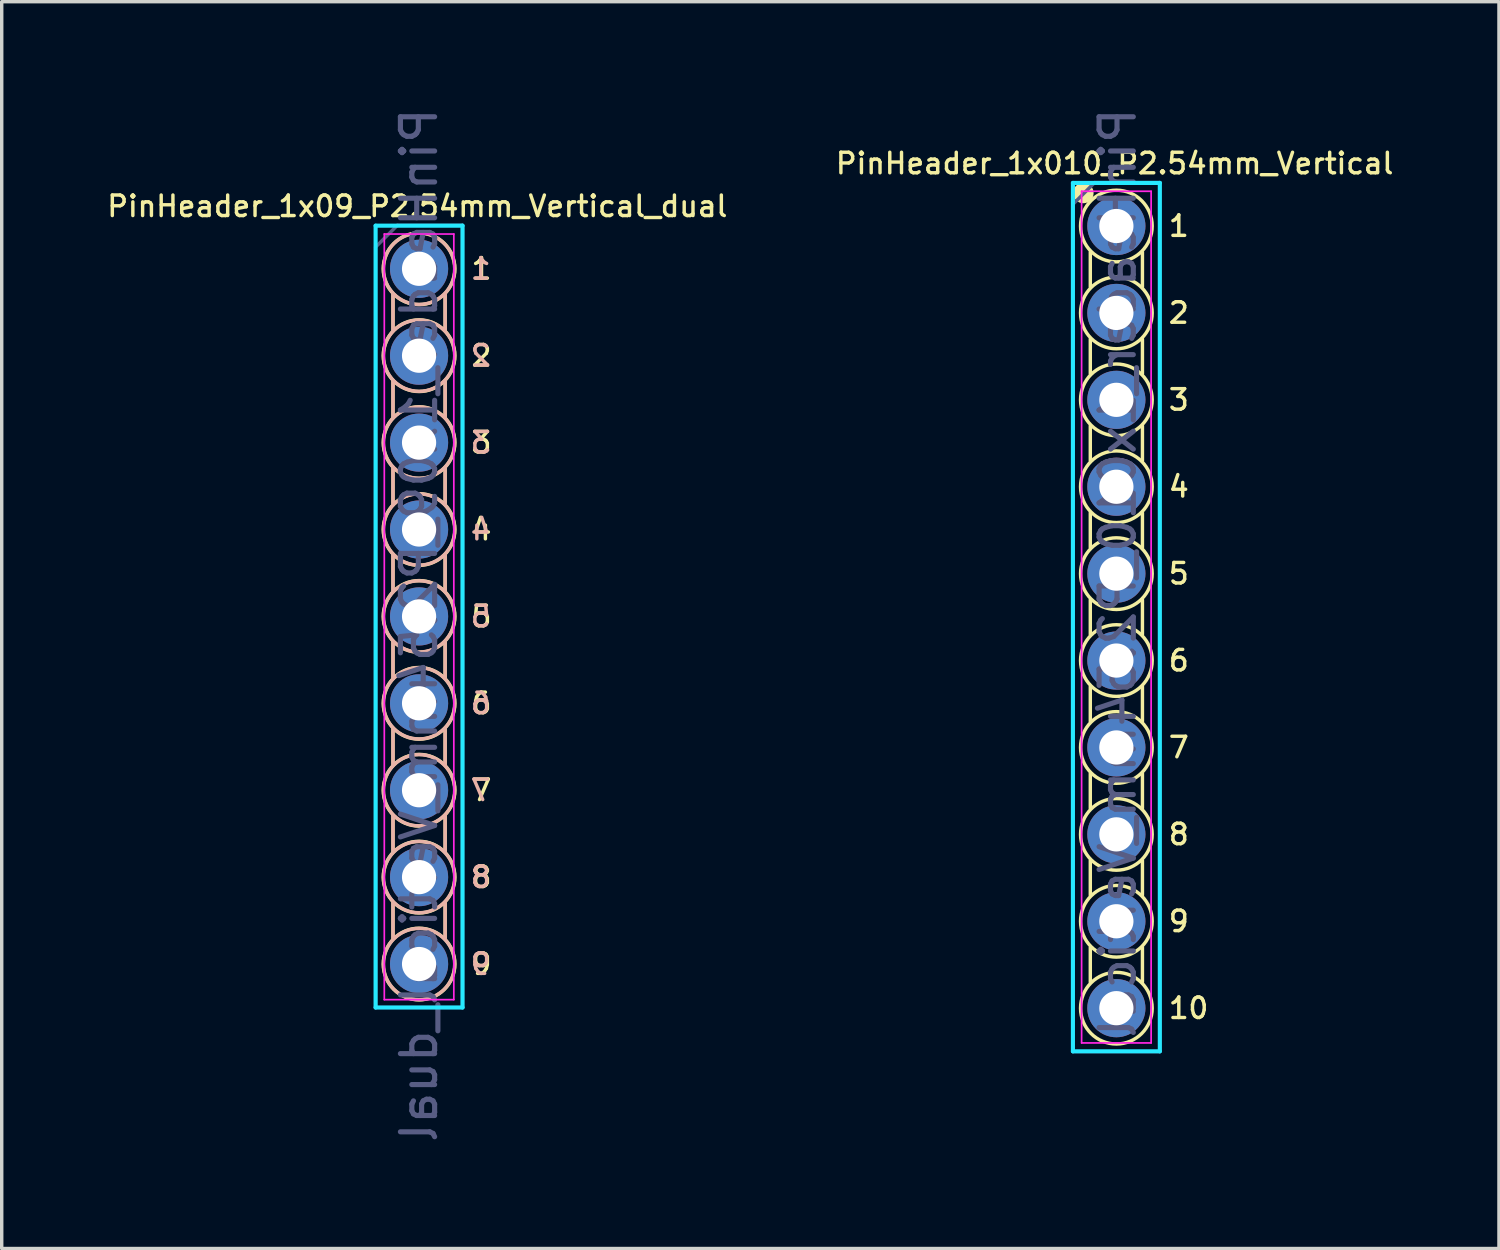
<source format=kicad_pcb>
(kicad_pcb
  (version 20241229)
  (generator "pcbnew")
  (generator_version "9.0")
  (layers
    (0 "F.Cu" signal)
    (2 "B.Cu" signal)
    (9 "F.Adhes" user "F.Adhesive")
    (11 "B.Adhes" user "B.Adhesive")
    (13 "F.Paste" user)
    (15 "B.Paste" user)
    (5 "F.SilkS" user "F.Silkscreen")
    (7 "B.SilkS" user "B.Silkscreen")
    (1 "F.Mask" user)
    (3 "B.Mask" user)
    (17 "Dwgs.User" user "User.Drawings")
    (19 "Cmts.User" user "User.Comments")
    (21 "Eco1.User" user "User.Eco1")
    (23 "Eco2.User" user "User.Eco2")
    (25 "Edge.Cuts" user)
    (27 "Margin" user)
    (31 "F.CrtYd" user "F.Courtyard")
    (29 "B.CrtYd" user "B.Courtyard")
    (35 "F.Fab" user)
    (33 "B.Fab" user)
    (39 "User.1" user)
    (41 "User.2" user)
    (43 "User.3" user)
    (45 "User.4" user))
  (footprint "PinHeader_1x09_P2.54mm_Vertical_dual"
    (layer "F.Cu")
    (at 9.198 4.806)
    (property "Reference" "PinHeader_1x09_P2.54mm_Vertical_dual" (at -0.051 -1.829 0) (layer "F.SilkS") (effects (font (size 0.6 0.6) (thickness 0.1))))
    (attr through_hole)
    (fp_line (start -0.762 0.762) (end -0.762 1.778) (stroke (width 0.1) (type solid)) (layer "F.SilkS"))
    (fp_line (start -0.762 3.302) (end -0.762 4.318) (stroke (width 0.1) (type solid)) (layer "F.SilkS"))
    (fp_line (start -0.762 5.842) (end -0.762 6.858) (stroke (width 0.1) (type solid)) (layer "F.SilkS"))
    (fp_line (start -0.762 8.382) (end -0.762 9.398) (stroke (width 0.1) (type solid)) (layer "F.SilkS"))
    (fp_line (start -0.762 10.922) (end -0.762 11.938) (stroke (width 0.1) (type solid)) (layer "F.SilkS"))
    (fp_line (start -0.762 13.462) (end -0.762 14.478) (stroke (width 0.1) (type solid)) (layer "F.SilkS"))
    (fp_line (start -0.762 16.002) (end -0.762 17.018) (stroke (width 0.1) (type solid)) (layer "F.SilkS"))
    (fp_line (start -0.762 18.542) (end -0.762 19.558) (stroke (width 0.1) (type solid)) (layer "F.SilkS"))
    (fp_line (start 0.762 0.762) (end 0.762 1.778) (stroke (width 0.1) (type solid)) (layer "F.SilkS"))
    (fp_line (start 0.762 3.302) (end 0.762 4.318) (stroke (width 0.1) (type solid)) (layer "F.SilkS"))
    (fp_line (start 0.762 5.842) (end 0.762 6.858) (stroke (width 0.1) (type solid)) (layer "F.SilkS"))
    (fp_line (start 0.762 8.382) (end 0.762 9.398) (stroke (width 0.1) (type solid)) (layer "F.SilkS"))
    (fp_line (start 0.762 10.922) (end 0.762 11.938) (stroke (width 0.1) (type solid)) (layer "F.SilkS"))
    (fp_line (start 0.762 13.462) (end 0.762 14.478) (stroke (width 0.1) (type solid)) (layer "F.SilkS"))
    (fp_line (start 0.762 16.002) (end 0.762 17.018) (stroke (width 0.1) (type solid)) (layer "F.SilkS"))
    (fp_line (start 0.762 18.542) (end 0.762 19.558) (stroke (width 0.1) (type solid)) (layer "F.SilkS"))
    (fp_circle (center 0 0) (end 0.813 0.66) (stroke (width 0.1) (type solid)) (fill no) (layer "F.SilkS"))
    (fp_circle (center 0 2.54) (end 0.813 3.2) (stroke (width 0.1) (type solid)) (fill no) (layer "F.SilkS"))
    (fp_circle (center 0 5.08) (end 0.813 5.74) (stroke (width 0.1) (type solid)) (fill no) (layer "F.SilkS"))
    (fp_circle (center 0 7.62) (end 0.813 8.28) (stroke (width 0.1) (type solid)) (fill no) (layer "F.SilkS"))
    (fp_circle (center 0 10.16) (end 0.813 10.82) (stroke (width 0.1) (type solid)) (fill no) (layer "F.SilkS"))
    (fp_circle (center 0 12.7) (end 0.813 13.36) (stroke (width 0.1) (type solid)) (fill no) (layer "F.SilkS"))
    (fp_circle (center 0 15.24) (end 0.813 15.9) (stroke (width 0.1) (type solid)) (fill no) (layer "F.SilkS"))
    (fp_circle (center 0 17.78) (end 0.813 18.44) (stroke (width 0.1) (type solid)) (fill no) (layer "F.SilkS"))
    (fp_circle (center 0 20.32) (end 0.813 20.98) (stroke (width 0.1) (type solid)) (fill no) (layer "F.SilkS"))
    (fp_line (start -0.762 0.737) (end -0.762 1.803) (stroke (width 0.1) (type solid)) (layer "B.SilkS"))
    (fp_line (start -0.762 3.277) (end -0.762 4.343) (stroke (width 0.1) (type solid)) (layer "B.SilkS"))
    (fp_line (start -0.762 5.817) (end -0.762 6.883) (stroke (width 0.1) (type solid)) (layer "B.SilkS"))
    (fp_line (start -0.762 8.357) (end -0.762 9.423) (stroke (width 0.1) (type solid)) (layer "B.SilkS"))
    (fp_line (start -0.762 10.897) (end -0.762 11.963) (stroke (width 0.1) (type solid)) (layer "B.SilkS"))
    (fp_line (start -0.762 13.437) (end -0.762 14.503) (stroke (width 0.1) (type solid)) (layer "B.SilkS"))
    (fp_line (start -0.762 15.977) (end -0.762 17.043) (stroke (width 0.1) (type solid)) (layer "B.SilkS"))
    (fp_line (start -0.762 18.517) (end -0.762 19.583) (stroke (width 0.1) (type solid)) (layer "B.SilkS"))
    (fp_line (start 0.762 0.737) (end 0.762 1.803) (stroke (width 0.1) (type solid)) (layer "B.SilkS"))
    (fp_line (start 0.762 3.277) (end 0.762 4.343) (stroke (width 0.1) (type solid)) (layer "B.SilkS"))
    (fp_line (start 0.762 5.817) (end 0.762 6.883) (stroke (width 0.1) (type solid)) (layer "B.SilkS"))
    (fp_line (start 0.762 8.357) (end 0.762 9.423) (stroke (width 0.1) (type solid)) (layer "B.SilkS"))
    (fp_line (start 0.762 10.897) (end 0.762 11.963) (stroke (width 0.1) (type solid)) (layer "B.SilkS"))
    (fp_line (start 0.762 13.437) (end 0.762 14.503) (stroke (width 0.1) (type solid)) (layer "B.SilkS"))
    (fp_line (start 0.762 15.977) (end 0.762 17.043) (stroke (width 0.1) (type solid)) (layer "B.SilkS"))
    (fp_line (start 0.762 18.517) (end 0.762 19.583) (stroke (width 0.1) (type solid)) (layer "B.SilkS"))
    (fp_circle (center 0 0) (end 0.025 -1.041) (stroke (width 0.1) (type solid)) (fill no) (layer "B.SilkS"))
    (fp_circle (center 0 2.54) (end 0.025 1.499) (stroke (width 0.1) (type solid)) (fill no) (layer "B.SilkS"))
    (fp_circle (center 0 5.08) (end 0.025 4.039) (stroke (width 0.1) (type solid)) (fill no) (layer "B.SilkS"))
    (fp_circle (center 0 7.62) (end 0.025 6.579) (stroke (width 0.1) (type solid)) (fill no) (layer "B.SilkS"))
    (fp_circle (center 0 10.16) (end 0.025 9.119) (stroke (width 0.1) (type solid)) (fill no) (layer "B.SilkS"))
    (fp_circle (center 0 12.7) (end 0.025 11.659) (stroke (width 0.1) (type solid)) (fill no) (layer "B.SilkS"))
    (fp_circle (center 0 15.24) (end 0.025 14.199) (stroke (width 0.1) (type solid)) (fill no) (layer "B.SilkS"))
    (fp_circle (center 0 17.78) (end 0.025 16.739) (stroke (width 0.1) (type solid)) (fill no) (layer "B.SilkS"))
    (fp_circle (center 0 20.32) (end 0.025 19.279) (stroke (width 0.1) (type solid)) (fill no) (layer "B.SilkS"))
    (fp_line (start -1.27 -1.26) (end -1.27 21.59) (stroke (width 0.12) (type solid)) (layer "B.CrtYd"))
    (fp_line (start -1.27 21.59) (end 1.27 21.59) (stroke (width 0.12) (type solid)) (layer "B.CrtYd"))
    (fp_line (start 1.27 -1.26) (end -1.27 -1.26) (stroke (width 0.12) (type solid)) (layer "B.CrtYd"))
    (fp_line (start 1.27 21.59) (end 1.27 -1.26) (stroke (width 0.12) (type solid)) (layer "B.CrtYd"))
    (fp_line (start -1.016 -1.016) (end -1.016 21.361) (stroke (width 0.05) (type solid)) (layer "F.CrtYd"))
    (fp_line (start -1.016 21.361) (end 1.016 21.361) (stroke (width 0.05) (type solid)) (layer "F.CrtYd"))
    (fp_line (start 1.016 -1.016) (end -1.016 -1.016) (stroke (width 0.05) (type solid)) (layer "F.CrtYd"))
    (fp_line (start 1.016 21.361) (end 1.016 -1.016) (stroke (width 0.05) (type solid)) (layer "F.CrtYd"))
    (fp_line (start -1.27 -0.635) (end -0.635 -1.27) (stroke (width 0.1) (type solid)) (layer "B.Fab"))
    (fp_line (start -1.27 21.59) (end -1.27 -0.635) (stroke (width 0.1) (type solid)) (layer "B.Fab"))
    (fp_line (start -0.635 -1.27) (end 1.27 -1.27) (stroke (width 0.1) (type solid)) (layer "B.Fab"))
    (fp_line (start 1.27 -1.27) (end 1.27 21.59) (stroke (width 0.1) (type solid)) (layer "B.Fab"))
    (fp_line (start 1.27 21.59) (end -1.27 21.59) (stroke (width 0.1) (type solid)) (layer "B.Fab"))
    (fp_text user "7" (at 1.473 15.24 0) (layer "F.SilkS") (effects (font (size 0.6 0.6) (thickness 0.1)) (justify left)))
    (fp_text user "9" (at 1.473 20.32 0) (layer "F.SilkS") (effects (font (size 0.6 0.6) (thickness 0.1)) (justify left)))
    (fp_text user "5" (at 1.473 10.16 0) (layer "F.SilkS") (effects (font (size 0.6 0.6) (thickness 0.1)) (justify left)))
    (fp_text user "6" (at 1.473 12.7 0) (layer "F.SilkS") (effects (font (size 0.6 0.6) (thickness 0.1)) (justify left)))
    (fp_text user "8" (at 1.473 17.78 0) (layer "F.SilkS") (effects (font (size 0.6 0.6) (thickness 0.1)) (justify left)))
    (fp_text user "2" (at 1.473 2.54 0) (layer "F.SilkS") (effects (font (size 0.6 0.6) (thickness 0.1)) (justify left)))
    (fp_text user "1" (at 1.473 0 0) (layer "F.SilkS") (effects (font (size 0.6 0.6) (thickness 0.1)) (justify left)))
    (fp_text user "3" (at 1.473 5.08 0) (layer "F.SilkS") (effects (font (size 0.6 0.6) (thickness 0.1)) (justify left)))
    (fp_text user "4" (at 1.473 7.62 0) (layer "F.SilkS") (effects (font (size 0.6 0.6) (thickness 0.1)) (justify left)))
    (fp_text user "2" (at 1.803 2.54 0) (layer "B.SilkS") (effects (font (size 0.6 0.6) (thickness 0.1)) (justify mirror)))
    (fp_text user "5" (at 1.803 10.16 0) (layer "B.SilkS") (effects (font (size 0.6 0.6) (thickness 0.1)) (justify mirror)))
    (fp_text user "4" (at 1.803 7.62 0) (layer "B.SilkS") (effects (font (size 0.6 0.6) (thickness 0.1)) (justify mirror)))
    (fp_text user "7" (at 1.803 15.24 0) (layer "B.SilkS") (effects (font (size 0.6 0.6) (thickness 0.1)) (justify mirror)))
    (fp_text user "6" (at 1.803 12.7 0) (layer "B.SilkS") (effects (font (size 0.6 0.6) (thickness 0.1)) (justify mirror)))
    (fp_text user "1" (at 1.803 0 0) (layer "B.SilkS") (effects (font (size 0.6 0.6) (thickness 0.1)) (justify mirror)))
    (fp_text user "8" (at 1.803 17.78 0) (layer "B.SilkS") (effects (font (size 0.6 0.6) (thickness 0.1)) (justify mirror)))
    (fp_text user "9" (at 1.803 20.32 0) (layer "B.SilkS") (effects (font (size 0.6 0.6) (thickness 0.1)) (justify mirror)))
    (fp_text user "3" (at 1.803 5.08 0) (layer "B.SilkS") (effects (font (size 0.6 0.6) (thickness 0.1)) (justify mirror)))
    (fp_text user "${REFERENCE}" (at 0 10.414 90) (layer "B.Fab") (effects (font (size 1 1) (thickness 0.15)) (justify mirror)))
    (pad "1" thru_hole circle (at 0 0) (size 1.7 1.7) (drill 1) (layers "*.Cu" "*.Mask"))
    (pad "2" thru_hole oval (at 0 2.54) (size 1.7 1.7) (drill 1) (layers "*.Cu" "*.Mask"))
    (pad "3" thru_hole oval (at 0 5.08) (size 1.7 1.7) (drill 1) (layers "*.Cu" "*.Mask"))
    (pad "4" thru_hole oval (at 0 7.62) (size 1.7 1.7) (drill 1) (layers "*.Cu" "*.Mask"))
    (pad "5" thru_hole oval (at 0 10.16) (size 1.7 1.7) (drill 1) (layers "*.Cu" "*.Mask"))
    (pad "6" thru_hole oval (at 0 12.7) (size 1.7 1.7) (drill 1) (layers "*.Cu" "*.Mask"))
    (pad "7" thru_hole oval (at 0 15.24) (size 1.7 1.7) (drill 1) (layers "*.Cu" "*.Mask"))
    (pad "8" thru_hole oval (at 0 17.78) (size 1.7 1.7) (drill 1) (layers "*.Cu" "*.Mask"))
    (pad "9" thru_hole oval (at 0 20.32) (size 1.7 1.7) (drill 1) (layers "*.Cu" "*.Mask")))
  (footprint "PinHeader_1x010_P2.54mm_Vertical"
    (layer "F.Cu")
    (at 29.578 3.556)
    (property "Reference" "PinHeader_1x010_P2.54mm_Vertical" (at -0.051 -1.829 0) (layer "F.SilkS") (effects (font (size 0.6 0.6) (thickness 0.1))))
    (attr through_hole)
    (fp_line (start -0.762 0.762) (end -0.762 1.778) (stroke (width 0.1) (type solid)) (layer "F.SilkS"))
    (fp_line (start -0.762 3.302) (end -0.762 4.318) (stroke (width 0.1) (type solid)) (layer "F.SilkS"))
    (fp_line (start -0.762 5.842) (end -0.762 6.858) (stroke (width 0.1) (type solid)) (layer "F.SilkS"))
    (fp_line (start -0.762 8.382) (end -0.762 9.398) (stroke (width 0.1) (type solid)) (layer "F.SilkS"))
    (fp_line (start -0.762 10.922) (end -0.762 11.938) (stroke (width 0.1) (type solid)) (layer "F.SilkS"))
    (fp_line (start -0.762 13.462) (end -0.762 14.478) (stroke (width 0.1) (type solid)) (layer "F.SilkS"))
    (fp_line (start -0.762 16.002) (end -0.762 17.018) (stroke (width 0.1) (type solid)) (layer "F.SilkS"))
    (fp_line (start -0.762 18.542) (end -0.762 19.558) (stroke (width 0.1) (type solid)) (layer "F.SilkS"))
    (fp_line (start -0.762 21.082) (end -0.762 22.098) (stroke (width 0.1) (type solid)) (layer "F.SilkS"))
    (fp_line (start 0.762 0.762) (end 0.762 1.778) (stroke (width 0.1) (type solid)) (layer "F.SilkS"))
    (fp_line (start 0.762 3.302) (end 0.762 4.318) (stroke (width 0.1) (type solid)) (layer "F.SilkS"))
    (fp_line (start 0.762 5.842) (end 0.762 6.858) (stroke (width 0.1) (type solid)) (layer "F.SilkS"))
    (fp_line (start 0.762 8.382) (end 0.762 9.398) (stroke (width 0.1) (type solid)) (layer "F.SilkS"))
    (fp_line (start 0.762 10.922) (end 0.762 11.938) (stroke (width 0.1) (type solid)) (layer "F.SilkS"))
    (fp_line (start 0.762 13.462) (end 0.762 14.478) (stroke (width 0.1) (type solid)) (layer "F.SilkS"))
    (fp_line (start 0.762 16.002) (end 0.762 17.018) (stroke (width 0.1) (type solid)) (layer "F.SilkS"))
    (fp_line (start 0.762 18.542) (end 0.762 19.558) (stroke (width 0.1) (type solid)) (layer "F.SilkS"))
    (fp_line (start 0.762 21.082) (end 0.762 22.098) (stroke (width 0.1) (type solid)) (layer "F.SilkS"))
    (fp_circle (center -0.965 -0.965) (end -0.965 -0.965) (stroke (width 0.3) (type solid)) (fill no) (layer "F.SilkS"))
    (fp_circle (center 0 0) (end 0.813 0.66) (stroke (width 0.1) (type solid)) (fill no) (layer "F.SilkS"))
    (fp_circle (center 0 2.54) (end 0.813 3.2) (stroke (width 0.1) (type solid)) (fill no) (layer "F.SilkS"))
    (fp_circle (center 0 5.08) (end 0.813 5.74) (stroke (width 0.1) (type solid)) (fill no) (layer "F.SilkS"))
    (fp_circle (center 0 7.62) (end 0.813 8.28) (stroke (width 0.1) (type solid)) (fill no) (layer "F.SilkS"))
    (fp_circle (center 0 10.16) (end 0.813 10.82) (stroke (width 0.1) (type solid)) (fill no) (layer "F.SilkS"))
    (fp_circle (center 0 12.7) (end 0.813 13.36) (stroke (width 0.1) (type solid)) (fill no) (layer "F.SilkS"))
    (fp_circle (center 0 15.24) (end 0.813 15.9) (stroke (width 0.1) (type solid)) (fill no) (layer "F.SilkS"))
    (fp_circle (center 0 17.78) (end 0.813 18.44) (stroke (width 0.1) (type solid)) (fill no) (layer "F.SilkS"))
    (fp_circle (center 0 20.32) (end 0.813 20.98) (stroke (width 0.1) (type solid)) (fill no) (layer "F.SilkS"))
    (fp_circle (center 0 22.86) (end 0.813 23.52) (stroke (width 0.1) (type solid)) (fill no) (layer "F.SilkS"))
    (fp_line (start -1.27 -1.26) (end -1.27 24.12) (stroke (width 0.12) (type solid)) (layer "B.CrtYd"))
    (fp_line (start -1.27 24.12) (end 1.27 24.12) (stroke (width 0.12) (type solid)) (layer "B.CrtYd"))
    (fp_line (start 1.27 -1.26) (end -1.27 -1.26) (stroke (width 0.12) (type solid)) (layer "B.CrtYd"))
    (fp_line (start 1.27 24.12) (end 1.27 -1.26) (stroke (width 0.12) (type solid)) (layer "B.CrtYd"))
    (fp_line (start -1.016 -1.016) (end -1.016 23.876) (stroke (width 0.05) (type solid)) (layer "F.CrtYd"))
    (fp_line (start -1.016 23.876) (end 1.016 23.876) (stroke (width 0.05) (type solid)) (layer "F.CrtYd"))
    (fp_line (start 1.016 -1.016) (end -1.016 -1.016) (stroke (width 0.05) (type solid)) (layer "F.CrtYd"))
    (fp_line (start 1.016 23.876) (end 1.016 -1.016) (stroke (width 0.05) (type solid)) (layer "F.CrtYd"))
    (fp_line (start -1.27 -0.635) (end -0.635 -1.27) (stroke (width 0.1) (type solid)) (layer "B.Fab"))
    (fp_line (start -1.27 24.13) (end -1.27 -0.635) (stroke (width 0.1) (type solid)) (layer "B.Fab"))
    (fp_line (start -0.635 -1.27) (end 1.27 -1.27) (stroke (width 0.1) (type solid)) (layer "B.Fab"))
    (fp_line (start 1.27 -1.27) (end 1.27 24.13) (stroke (width 0.1) (type solid)) (layer "B.Fab"))
    (fp_line (start 1.27 24.13) (end -1.27 24.13) (stroke (width 0.1) (type solid)) (layer "B.Fab"))
    (fp_text user "2" (at 1.473 2.54 0) (layer "F.SilkS") (effects (font (size 0.6 0.6) (thickness 0.1)) (justify left)))
    (fp_text user "1" (at 1.473 0 0) (layer "F.SilkS") (effects (font (size 0.6 0.6) (thickness 0.1)) (justify left)))
    (fp_text user "7" (at 1.473 15.24 0) (layer "F.SilkS") (effects (font (size 0.6 0.6) (thickness 0.1)) (justify left)))
    (fp_text user "4" (at 1.473 7.62 0) (layer "F.SilkS") (effects (font (size 0.6 0.6) (thickness 0.1)) (justify left)))
    (fp_text user "10" (at 1.473 22.86 0) (layer "F.SilkS") (effects (font (size 0.6 0.6) (thickness 0.1)) (justify left)))
    (fp_text user "5" (at 1.473 10.16 0) (layer "F.SilkS") (effects (font (size 0.6 0.6) (thickness 0.1)) (justify left)))
    (fp_text user "3" (at 1.473 5.08 0) (layer "F.SilkS") (effects (font (size 0.6 0.6) (thickness 0.1)) (justify left)))
    (fp_text user "9" (at 1.473 20.32 0) (layer "F.SilkS") (effects (font (size 0.6 0.6) (thickness 0.1)) (justify left)))
    (fp_text user "6" (at 1.473 12.7 0) (layer "F.SilkS") (effects (font (size 0.6 0.6) (thickness 0.1)) (justify left)))
    (fp_text user "8" (at 1.473 17.78 0) (layer "F.SilkS") (effects (font (size 0.6 0.6) (thickness 0.1)) (justify left)))
    (fp_text user "${REFERENCE}" (at 0.04 10.14 90) (layer "B.Fab") (effects (font (size 1 1) (thickness 0.15)) (justify mirror)))
    (pad "1" thru_hole circle (at 0 0) (size 1.7 1.7) (drill 1) (layers "*.Cu" "*.Mask"))
    (pad "2" thru_hole oval (at 0 2.54) (size 1.7 1.7) (drill 1) (layers "*.Cu" "*.Mask"))
    (pad "3" thru_hole oval (at 0 5.08) (size 1.7 1.7) (drill 1) (layers "*.Cu" "*.Mask"))
    (pad "4" thru_hole oval (at 0 7.62) (size 1.7 1.7) (drill 1) (layers "*.Cu" "*.Mask"))
    (pad "5" thru_hole oval (at 0 10.16) (size 1.7 1.7) (drill 1) (layers "*.Cu" "*.Mask"))
    (pad "6" thru_hole oval (at 0 12.7) (size 1.7 1.7) (drill 1) (layers "*.Cu" "*.Mask"))
    (pad "7" thru_hole oval (at 0 15.24) (size 1.7 1.7) (drill 1) (layers "*.Cu" "*.Mask"))
    (pad "8" thru_hole oval (at 0 17.78) (size 1.7 1.7) (drill 1) (layers "*.Cu" "*.Mask"))
    (pad "9" thru_hole oval (at 0 20.32) (size 1.7 1.7) (drill 1) (layers "*.Cu" "*.Mask"))
    (pad "10" thru_hole oval (at 0 22.86) (size 1.7 1.7) (drill 1) (layers "*.Cu" "*.Mask")))
  (gr_rect
    (start -3 -3)
    (end 40.76 33.44)
    (stroke (width 0.1) (type default))
    (fill no)
    (layer "Edge.Cuts")))
</source>
